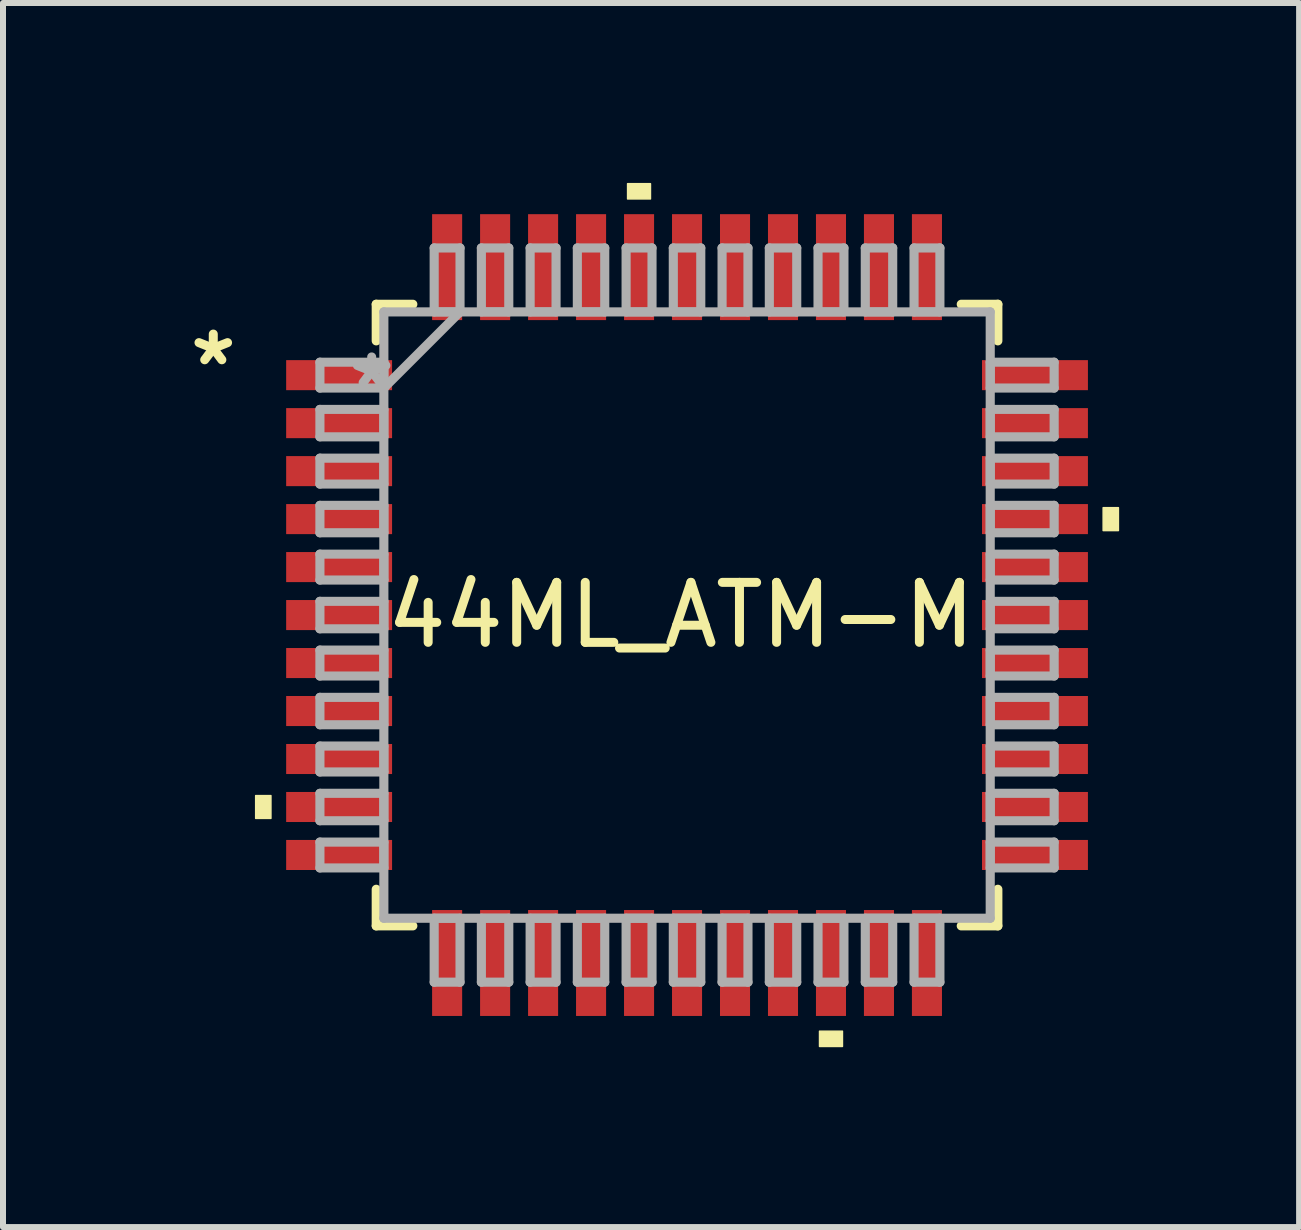
<source format=kicad_pcb>
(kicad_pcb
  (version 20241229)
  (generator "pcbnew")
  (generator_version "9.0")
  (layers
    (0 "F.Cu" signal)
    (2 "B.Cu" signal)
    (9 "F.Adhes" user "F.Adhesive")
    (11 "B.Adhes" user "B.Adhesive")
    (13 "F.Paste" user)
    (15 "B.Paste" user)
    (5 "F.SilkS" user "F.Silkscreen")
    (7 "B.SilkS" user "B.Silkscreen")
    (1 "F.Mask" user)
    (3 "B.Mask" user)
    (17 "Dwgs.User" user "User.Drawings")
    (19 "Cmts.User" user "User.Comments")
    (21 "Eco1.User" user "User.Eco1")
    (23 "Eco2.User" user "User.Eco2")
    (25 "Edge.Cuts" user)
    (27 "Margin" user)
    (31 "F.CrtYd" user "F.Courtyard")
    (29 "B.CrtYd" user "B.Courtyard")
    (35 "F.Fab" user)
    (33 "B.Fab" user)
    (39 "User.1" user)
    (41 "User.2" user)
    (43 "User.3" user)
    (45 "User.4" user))
  (footprint "44ML_ATM-M"
    (layer "F.Cu")
    (at 8.405 7.205)
    (property "Reference" "44ML_ATM-M" (at -0.102 0 0) (layer "F.SilkS") (effects (font (size 1 1) (thickness 0.15))))
    (attr smd)
    (fp_line (start -5.182 -5.182) (end -5.182 -4.572) (stroke (width 0.152) (type solid)) (layer "F.SilkS"))
    (fp_line (start -5.182 4.572) (end -5.182 5.182) (stroke (width 0.152) (type solid)) (layer "F.SilkS"))
    (fp_line (start -5.182 5.182) (end -4.572 5.182) (stroke (width 0.152) (type solid)) (layer "F.SilkS"))
    (fp_line (start -4.572 -5.182) (end -5.182 -5.182) (stroke (width 0.152) (type solid)) (layer "F.SilkS"))
    (fp_line (start 4.572 5.182) (end 5.182 5.182) (stroke (width 0.152) (type solid)) (layer "F.SilkS"))
    (fp_line (start 5.182 -5.182) (end 4.572 -5.182) (stroke (width 0.152) (type solid)) (layer "F.SilkS"))
    (fp_line (start 5.182 -4.572) (end 5.182 -5.182) (stroke (width 0.152) (type solid)) (layer "F.SilkS"))
    (fp_line (start 5.182 5.182) (end 5.182 4.572) (stroke (width 0.152) (type solid)) (layer "F.SilkS"))
    (fp_poly (pts (xy -7.192 3.01) (xy -7.192 3.39) (xy -6.938 3.39) (xy -6.938 3.01)) (stroke (width 0.025) (type solid)) (fill yes) (layer "F.SilkS"))
    (fp_poly (pts (xy -0.991 -6.938) (xy -0.991 -7.192) (xy -0.61 -7.192) (xy -0.61 -6.938)) (stroke (width 0.025) (type solid)) (fill yes) (layer "F.SilkS"))
    (fp_poly (pts (xy 2.209 6.938) (xy 2.209 7.192) (xy 2.591 7.192) (xy 2.591 6.938)) (stroke (width 0.025) (type solid)) (fill yes) (layer "F.SilkS"))
    (fp_poly (pts (xy 7.192 -1.79) (xy 7.192 -1.409) (xy 6.938 -1.409) (xy 6.938 -1.79)) (stroke (width 0.025) (type solid)) (fill yes) (layer "F.SilkS"))
    (fp_line (start -6.121 -4.216) (end -6.121 -3.785) (stroke (width 0.152) (type solid)) (layer "F.Fab"))
    (fp_line (start -6.121 -3.785) (end -5.055 -3.785) (stroke (width 0.152) (type solid)) (layer "F.Fab"))
    (fp_line (start -6.121 -3.429) (end -6.121 -2.972) (stroke (width 0.152) (type solid)) (layer "F.Fab"))
    (fp_line (start -6.121 -2.972) (end -5.055 -2.972) (stroke (width 0.152) (type solid)) (layer "F.Fab"))
    (fp_line (start -6.121 -2.616) (end -6.121 -2.184) (stroke (width 0.152) (type solid)) (layer "F.Fab"))
    (fp_line (start -6.121 -2.184) (end -5.055 -2.184) (stroke (width 0.152) (type solid)) (layer "F.Fab"))
    (fp_line (start -6.121 -1.829) (end -6.121 -1.372) (stroke (width 0.152) (type solid)) (layer "F.Fab"))
    (fp_line (start -6.121 -1.372) (end -5.055 -1.372) (stroke (width 0.152) (type solid)) (layer "F.Fab"))
    (fp_line (start -6.121 -1.016) (end -6.121 -0.584) (stroke (width 0.152) (type solid)) (layer "F.Fab"))
    (fp_line (start -6.121 -0.584) (end -5.055 -0.584) (stroke (width 0.152) (type solid)) (layer "F.Fab"))
    (fp_line (start -6.121 -0.229) (end -6.121 0.229) (stroke (width 0.152) (type solid)) (layer "F.Fab"))
    (fp_line (start -6.121 0.229) (end -5.055 0.229) (stroke (width 0.152) (type solid)) (layer "F.Fab"))
    (fp_line (start -6.121 0.584) (end -6.121 1.016) (stroke (width 0.152) (type solid)) (layer "F.Fab"))
    (fp_line (start -6.121 1.016) (end -5.055 1.016) (stroke (width 0.152) (type solid)) (layer "F.Fab"))
    (fp_line (start -6.121 1.372) (end -6.121 1.829) (stroke (width 0.152) (type solid)) (layer "F.Fab"))
    (fp_line (start -6.121 1.829) (end -5.055 1.829) (stroke (width 0.152) (type solid)) (layer "F.Fab"))
    (fp_line (start -6.121 2.184) (end -6.121 2.616) (stroke (width 0.152) (type solid)) (layer "F.Fab"))
    (fp_line (start -6.121 2.616) (end -5.055 2.616) (stroke (width 0.152) (type solid)) (layer "F.Fab"))
    (fp_line (start -6.121 2.972) (end -6.121 3.429) (stroke (width 0.152) (type solid)) (layer "F.Fab"))
    (fp_line (start -6.121 3.429) (end -5.055 3.429) (stroke (width 0.152) (type solid)) (layer "F.Fab"))
    (fp_line (start -6.121 3.785) (end -6.121 4.216) (stroke (width 0.152) (type solid)) (layer "F.Fab"))
    (fp_line (start -6.121 4.216) (end -5.055 4.216) (stroke (width 0.152) (type solid)) (layer "F.Fab"))
    (fp_line (start -5.055 -5.055) (end -5.055 5.055) (stroke (width 0.152) (type solid)) (layer "F.Fab"))
    (fp_line (start -5.055 -4.216) (end -6.121 -4.216) (stroke (width 0.152) (type solid)) (layer "F.Fab"))
    (fp_line (start -5.055 -3.785) (end -5.055 -4.216) (stroke (width 0.152) (type solid)) (layer "F.Fab"))
    (fp_line (start -5.055 -3.785) (end -3.785 -5.055) (stroke (width 0.152) (type solid)) (layer "F.Fab"))
    (fp_line (start -5.055 -3.429) (end -6.121 -3.429) (stroke (width 0.152) (type solid)) (layer "F.Fab"))
    (fp_line (start -5.055 -2.972) (end -5.055 -3.429) (stroke (width 0.152) (type solid)) (layer "F.Fab"))
    (fp_line (start -5.055 -2.616) (end -6.121 -2.616) (stroke (width 0.152) (type solid)) (layer "F.Fab"))
    (fp_line (start -5.055 -2.184) (end -5.055 -2.616) (stroke (width 0.152) (type solid)) (layer "F.Fab"))
    (fp_line (start -5.055 -1.829) (end -6.121 -1.829) (stroke (width 0.152) (type solid)) (layer "F.Fab"))
    (fp_line (start -5.055 -1.372) (end -5.055 -1.829) (stroke (width 0.152) (type solid)) (layer "F.Fab"))
    (fp_line (start -5.055 -1.016) (end -6.121 -1.016) (stroke (width 0.152) (type solid)) (layer "F.Fab"))
    (fp_line (start -5.055 -0.584) (end -5.055 -1.016) (stroke (width 0.152) (type solid)) (layer "F.Fab"))
    (fp_line (start -5.055 -0.229) (end -6.121 -0.229) (stroke (width 0.152) (type solid)) (layer "F.Fab"))
    (fp_line (start -5.055 0.229) (end -5.055 -0.229) (stroke (width 0.152) (type solid)) (layer "F.Fab"))
    (fp_line (start -5.055 0.584) (end -6.121 0.584) (stroke (width 0.152) (type solid)) (layer "F.Fab"))
    (fp_line (start -5.055 1.016) (end -5.055 0.584) (stroke (width 0.152) (type solid)) (layer "F.Fab"))
    (fp_line (start -5.055 1.372) (end -6.121 1.372) (stroke (width 0.152) (type solid)) (layer "F.Fab"))
    (fp_line (start -5.055 1.829) (end -5.055 1.372) (stroke (width 0.152) (type solid)) (layer "F.Fab"))
    (fp_line (start -5.055 2.184) (end -6.121 2.184) (stroke (width 0.152) (type solid)) (layer "F.Fab"))
    (fp_line (start -5.055 2.616) (end -5.055 2.184) (stroke (width 0.152) (type solid)) (layer "F.Fab"))
    (fp_line (start -5.055 2.972) (end -6.121 2.972) (stroke (width 0.152) (type solid)) (layer "F.Fab"))
    (fp_line (start -5.055 3.429) (end -5.055 2.972) (stroke (width 0.152) (type solid)) (layer "F.Fab"))
    (fp_line (start -5.055 3.785) (end -6.121 3.785) (stroke (width 0.152) (type solid)) (layer "F.Fab"))
    (fp_line (start -5.055 4.216) (end -5.055 3.785) (stroke (width 0.152) (type solid)) (layer "F.Fab"))
    (fp_line (start -5.055 5.055) (end 5.055 5.055) (stroke (width 0.152) (type solid)) (layer "F.Fab"))
    (fp_line (start -4.216 -6.121) (end -4.216 -5.055) (stroke (width 0.152) (type solid)) (layer "F.Fab"))
    (fp_line (start -4.216 -5.055) (end -3.785 -5.055) (stroke (width 0.152) (type solid)) (layer "F.Fab"))
    (fp_line (start -4.216 5.055) (end -4.216 6.121) (stroke (width 0.152) (type solid)) (layer "F.Fab"))
    (fp_line (start -4.216 6.121) (end -3.785 6.121) (stroke (width 0.152) (type solid)) (layer "F.Fab"))
    (fp_line (start -3.785 -6.121) (end -4.216 -6.121) (stroke (width 0.152) (type solid)) (layer "F.Fab"))
    (fp_line (start -3.785 -5.055) (end -3.785 -6.121) (stroke (width 0.152) (type solid)) (layer "F.Fab"))
    (fp_line (start -3.785 5.055) (end -4.216 5.055) (stroke (width 0.152) (type solid)) (layer "F.Fab"))
    (fp_line (start -3.785 6.121) (end -3.785 5.055) (stroke (width 0.152) (type solid)) (layer "F.Fab"))
    (fp_line (start -3.429 -6.121) (end -3.429 -5.055) (stroke (width 0.152) (type solid)) (layer "F.Fab"))
    (fp_line (start -3.429 -5.055) (end -2.972 -5.055) (stroke (width 0.152) (type solid)) (layer "F.Fab"))
    (fp_line (start -3.429 5.055) (end -3.429 6.121) (stroke (width 0.152) (type solid)) (layer "F.Fab"))
    (fp_line (start -3.429 6.121) (end -2.972 6.121) (stroke (width 0.152) (type solid)) (layer "F.Fab"))
    (fp_line (start -2.972 -6.121) (end -3.429 -6.121) (stroke (width 0.152) (type solid)) (layer "F.Fab"))
    (fp_line (start -2.972 -5.055) (end -2.972 -6.121) (stroke (width 0.152) (type solid)) (layer "F.Fab"))
    (fp_line (start -2.972 5.055) (end -3.429 5.055) (stroke (width 0.152) (type solid)) (layer "F.Fab"))
    (fp_line (start -2.972 6.121) (end -2.972 5.055) (stroke (width 0.152) (type solid)) (layer "F.Fab"))
    (fp_line (start -2.616 -6.121) (end -2.616 -5.055) (stroke (width 0.152) (type solid)) (layer "F.Fab"))
    (fp_line (start -2.616 -5.055) (end -2.184 -5.055) (stroke (width 0.152) (type solid)) (layer "F.Fab"))
    (fp_line (start -2.616 5.055) (end -2.616 6.121) (stroke (width 0.152) (type solid)) (layer "F.Fab"))
    (fp_line (start -2.616 6.121) (end -2.184 6.121) (stroke (width 0.152) (type solid)) (layer "F.Fab"))
    (fp_line (start -2.184 -6.121) (end -2.616 -6.121) (stroke (width 0.152) (type solid)) (layer "F.Fab"))
    (fp_line (start -2.184 -5.055) (end -2.184 -6.121) (stroke (width 0.152) (type solid)) (layer "F.Fab"))
    (fp_line (start -2.184 5.055) (end -2.616 5.055) (stroke (width 0.152) (type solid)) (layer "F.Fab"))
    (fp_line (start -2.184 6.121) (end -2.184 5.055) (stroke (width 0.152) (type solid)) (layer "F.Fab"))
    (fp_line (start -1.829 -6.121) (end -1.829 -5.055) (stroke (width 0.152) (type solid)) (layer "F.Fab"))
    (fp_line (start -1.829 -5.055) (end -1.372 -5.055) (stroke (width 0.152) (type solid)) (layer "F.Fab"))
    (fp_line (start -1.829 5.055) (end -1.829 6.121) (stroke (width 0.152) (type solid)) (layer "F.Fab"))
    (fp_line (start -1.829 6.121) (end -1.372 6.121) (stroke (width 0.152) (type solid)) (layer "F.Fab"))
    (fp_line (start -1.372 -6.121) (end -1.829 -6.121) (stroke (width 0.152) (type solid)) (layer "F.Fab"))
    (fp_line (start -1.372 -5.055) (end -1.372 -6.121) (stroke (width 0.152) (type solid)) (layer "F.Fab"))
    (fp_line (start -1.372 5.055) (end -1.829 5.055) (stroke (width 0.152) (type solid)) (layer "F.Fab"))
    (fp_line (start -1.372 6.121) (end -1.372 5.055) (stroke (width 0.152) (type solid)) (layer "F.Fab"))
    (fp_line (start -1.016 -6.121) (end -1.016 -5.055) (stroke (width 0.152) (type solid)) (layer "F.Fab"))
    (fp_line (start -1.016 -5.055) (end -0.584 -5.055) (stroke (width 0.152) (type solid)) (layer "F.Fab"))
    (fp_line (start -1.016 5.055) (end -1.016 6.121) (stroke (width 0.152) (type solid)) (layer "F.Fab"))
    (fp_line (start -1.016 6.121) (end -0.584 6.121) (stroke (width 0.152) (type solid)) (layer "F.Fab"))
    (fp_line (start -0.584 -6.121) (end -1.016 -6.121) (stroke (width 0.152) (type solid)) (layer "F.Fab"))
    (fp_line (start -0.584 -5.055) (end -0.584 -6.121) (stroke (width 0.152) (type solid)) (layer "F.Fab"))
    (fp_line (start -0.584 5.055) (end -1.016 5.055) (stroke (width 0.152) (type solid)) (layer "F.Fab"))
    (fp_line (start -0.584 6.121) (end -0.584 5.055) (stroke (width 0.152) (type solid)) (layer "F.Fab"))
    (fp_line (start -0.229 -6.121) (end -0.229 -5.055) (stroke (width 0.152) (type solid)) (layer "F.Fab"))
    (fp_line (start -0.229 -5.055) (end 0.229 -5.055) (stroke (width 0.152) (type solid)) (layer "F.Fab"))
    (fp_line (start -0.229 5.055) (end -0.229 6.121) (stroke (width 0.152) (type solid)) (layer "F.Fab"))
    (fp_line (start -0.229 6.121) (end 0.229 6.121) (stroke (width 0.152) (type solid)) (layer "F.Fab"))
    (fp_line (start 0.229 -6.121) (end -0.229 -6.121) (stroke (width 0.152) (type solid)) (layer "F.Fab"))
    (fp_line (start 0.229 -5.055) (end 0.229 -6.121) (stroke (width 0.152) (type solid)) (layer "F.Fab"))
    (fp_line (start 0.229 5.055) (end -0.229 5.055) (stroke (width 0.152) (type solid)) (layer "F.Fab"))
    (fp_line (start 0.229 6.121) (end 0.229 5.055) (stroke (width 0.152) (type solid)) (layer "F.Fab"))
    (fp_line (start 0.584 -6.121) (end 0.584 -5.055) (stroke (width 0.152) (type solid)) (layer "F.Fab"))
    (fp_line (start 0.584 -5.055) (end 1.016 -5.055) (stroke (width 0.152) (type solid)) (layer "F.Fab"))
    (fp_line (start 0.584 5.055) (end 0.584 6.121) (stroke (width 0.152) (type solid)) (layer "F.Fab"))
    (fp_line (start 0.584 6.121) (end 1.016 6.121) (stroke (width 0.152) (type solid)) (layer "F.Fab"))
    (fp_line (start 1.016 -6.121) (end 0.584 -6.121) (stroke (width 0.152) (type solid)) (layer "F.Fab"))
    (fp_line (start 1.016 -5.055) (end 1.016 -6.121) (stroke (width 0.152) (type solid)) (layer "F.Fab"))
    (fp_line (start 1.016 5.055) (end 0.584 5.055) (stroke (width 0.152) (type solid)) (layer "F.Fab"))
    (fp_line (start 1.016 6.121) (end 1.016 5.055) (stroke (width 0.152) (type solid)) (layer "F.Fab"))
    (fp_line (start 1.372 -6.121) (end 1.372 -5.055) (stroke (width 0.152) (type solid)) (layer "F.Fab"))
    (fp_line (start 1.372 -5.055) (end 1.829 -5.055) (stroke (width 0.152) (type solid)) (layer "F.Fab"))
    (fp_line (start 1.372 5.055) (end 1.372 6.121) (stroke (width 0.152) (type solid)) (layer "F.Fab"))
    (fp_line (start 1.372 6.121) (end 1.829 6.121) (stroke (width 0.152) (type solid)) (layer "F.Fab"))
    (fp_line (start 1.829 -6.121) (end 1.372 -6.121) (stroke (width 0.152) (type solid)) (layer "F.Fab"))
    (fp_line (start 1.829 -5.055) (end 1.829 -6.121) (stroke (width 0.152) (type solid)) (layer "F.Fab"))
    (fp_line (start 1.829 5.055) (end 1.372 5.055) (stroke (width 0.152) (type solid)) (layer "F.Fab"))
    (fp_line (start 1.829 6.121) (end 1.829 5.055) (stroke (width 0.152) (type solid)) (layer "F.Fab"))
    (fp_line (start 2.184 -6.121) (end 2.184 -5.055) (stroke (width 0.152) (type solid)) (layer "F.Fab"))
    (fp_line (start 2.184 -5.055) (end 2.616 -5.055) (stroke (width 0.152) (type solid)) (layer "F.Fab"))
    (fp_line (start 2.184 5.055) (end 2.184 6.121) (stroke (width 0.152) (type solid)) (layer "F.Fab"))
    (fp_line (start 2.184 6.121) (end 2.616 6.121) (stroke (width 0.152) (type solid)) (layer "F.Fab"))
    (fp_line (start 2.616 -6.121) (end 2.184 -6.121) (stroke (width 0.152) (type solid)) (layer "F.Fab"))
    (fp_line (start 2.616 -5.055) (end 2.616 -6.121) (stroke (width 0.152) (type solid)) (layer "F.Fab"))
    (fp_line (start 2.616 5.055) (end 2.184 5.055) (stroke (width 0.152) (type solid)) (layer "F.Fab"))
    (fp_line (start 2.616 6.121) (end 2.616 5.055) (stroke (width 0.152) (type solid)) (layer "F.Fab"))
    (fp_line (start 2.972 -6.121) (end 2.972 -5.055) (stroke (width 0.152) (type solid)) (layer "F.Fab"))
    (fp_line (start 2.972 -5.055) (end 3.429 -5.055) (stroke (width 0.152) (type solid)) (layer "F.Fab"))
    (fp_line (start 2.972 5.055) (end 2.972 6.121) (stroke (width 0.152) (type solid)) (layer "F.Fab"))
    (fp_line (start 2.972 6.121) (end 3.429 6.121) (stroke (width 0.152) (type solid)) (layer "F.Fab"))
    (fp_line (start 3.429 -6.121) (end 2.972 -6.121) (stroke (width 0.152) (type solid)) (layer "F.Fab"))
    (fp_line (start 3.429 -5.055) (end 3.429 -6.121) (stroke (width 0.152) (type solid)) (layer "F.Fab"))
    (fp_line (start 3.429 5.055) (end 2.972 5.055) (stroke (width 0.152) (type solid)) (layer "F.Fab"))
    (fp_line (start 3.429 6.121) (end 3.429 5.055) (stroke (width 0.152) (type solid)) (layer "F.Fab"))
    (fp_line (start 3.785 -6.121) (end 3.785 -5.055) (stroke (width 0.152) (type solid)) (layer "F.Fab"))
    (fp_line (start 3.785 -5.055) (end 4.216 -5.055) (stroke (width 0.152) (type solid)) (layer "F.Fab"))
    (fp_line (start 3.785 5.055) (end 3.785 6.121) (stroke (width 0.152) (type solid)) (layer "F.Fab"))
    (fp_line (start 3.785 6.121) (end 4.216 6.121) (stroke (width 0.152) (type solid)) (layer "F.Fab"))
    (fp_line (start 4.216 -6.121) (end 3.785 -6.121) (stroke (width 0.152) (type solid)) (layer "F.Fab"))
    (fp_line (start 4.216 -5.055) (end 4.216 -6.121) (stroke (width 0.152) (type solid)) (layer "F.Fab"))
    (fp_line (start 4.216 5.055) (end 3.785 5.055) (stroke (width 0.152) (type solid)) (layer "F.Fab"))
    (fp_line (start 4.216 6.121) (end 4.216 5.055) (stroke (width 0.152) (type solid)) (layer "F.Fab"))
    (fp_line (start 5.055 -5.055) (end -5.055 -5.055) (stroke (width 0.152) (type solid)) (layer "F.Fab"))
    (fp_line (start 5.055 -4.216) (end 5.055 -3.785) (stroke (width 0.152) (type solid)) (layer "F.Fab"))
    (fp_line (start 5.055 -3.785) (end 6.121 -3.785) (stroke (width 0.152) (type solid)) (layer "F.Fab"))
    (fp_line (start 5.055 -3.429) (end 5.055 -2.972) (stroke (width 0.152) (type solid)) (layer "F.Fab"))
    (fp_line (start 5.055 -2.972) (end 6.121 -2.972) (stroke (width 0.152) (type solid)) (layer "F.Fab"))
    (fp_line (start 5.055 -2.616) (end 5.055 -2.184) (stroke (width 0.152) (type solid)) (layer "F.Fab"))
    (fp_line (start 5.055 -2.184) (end 6.121 -2.184) (stroke (width 0.152) (type solid)) (layer "F.Fab"))
    (fp_line (start 5.055 -1.829) (end 5.055 -1.372) (stroke (width 0.152) (type solid)) (layer "F.Fab"))
    (fp_line (start 5.055 -1.372) (end 6.121 -1.372) (stroke (width 0.152) (type solid)) (layer "F.Fab"))
    (fp_line (start 5.055 -1.016) (end 5.055 -0.584) (stroke (width 0.152) (type solid)) (layer "F.Fab"))
    (fp_line (start 5.055 -0.584) (end 6.121 -0.584) (stroke (width 0.152) (type solid)) (layer "F.Fab"))
    (fp_line (start 5.055 -0.229) (end 5.055 0.229) (stroke (width 0.152) (type solid)) (layer "F.Fab"))
    (fp_line (start 5.055 0.229) (end 6.121 0.229) (stroke (width 0.152) (type solid)) (layer "F.Fab"))
    (fp_line (start 5.055 0.584) (end 5.055 1.016) (stroke (width 0.152) (type solid)) (layer "F.Fab"))
    (fp_line (start 5.055 1.016) (end 6.121 1.016) (stroke (width 0.152) (type solid)) (layer "F.Fab"))
    (fp_line (start 5.055 1.372) (end 5.055 1.829) (stroke (width 0.152) (type solid)) (layer "F.Fab"))
    (fp_line (start 5.055 1.829) (end 6.121 1.829) (stroke (width 0.152) (type solid)) (layer "F.Fab"))
    (fp_line (start 5.055 2.184) (end 5.055 2.616) (stroke (width 0.152) (type solid)) (layer "F.Fab"))
    (fp_line (start 5.055 2.616) (end 6.121 2.616) (stroke (width 0.152) (type solid)) (layer "F.Fab"))
    (fp_line (start 5.055 2.972) (end 5.055 3.429) (stroke (width 0.152) (type solid)) (layer "F.Fab"))
    (fp_line (start 5.055 3.429) (end 6.121 3.429) (stroke (width 0.152) (type solid)) (layer "F.Fab"))
    (fp_line (start 5.055 3.785) (end 5.055 4.216) (stroke (width 0.152) (type solid)) (layer "F.Fab"))
    (fp_line (start 5.055 4.216) (end 6.121 4.216) (stroke (width 0.152) (type solid)) (layer "F.Fab"))
    (fp_line (start 5.055 5.055) (end 5.055 -5.055) (stroke (width 0.152) (type solid)) (layer "F.Fab"))
    (fp_line (start 6.121 -4.216) (end 5.055 -4.216) (stroke (width 0.152) (type solid)) (layer "F.Fab"))
    (fp_line (start 6.121 -3.785) (end 6.121 -4.216) (stroke (width 0.152) (type solid)) (layer "F.Fab"))
    (fp_line (start 6.121 -3.429) (end 5.055 -3.429) (stroke (width 0.152) (type solid)) (layer "F.Fab"))
    (fp_line (start 6.121 -2.972) (end 6.121 -3.429) (stroke (width 0.152) (type solid)) (layer "F.Fab"))
    (fp_line (start 6.121 -2.616) (end 5.055 -2.616) (stroke (width 0.152) (type solid)) (layer "F.Fab"))
    (fp_line (start 6.121 -2.184) (end 6.121 -2.616) (stroke (width 0.152) (type solid)) (layer "F.Fab"))
    (fp_line (start 6.121 -1.829) (end 5.055 -1.829) (stroke (width 0.152) (type solid)) (layer "F.Fab"))
    (fp_line (start 6.121 -1.372) (end 6.121 -1.829) (stroke (width 0.152) (type solid)) (layer "F.Fab"))
    (fp_line (start 6.121 -1.016) (end 5.055 -1.016) (stroke (width 0.152) (type solid)) (layer "F.Fab"))
    (fp_line (start 6.121 -0.584) (end 6.121 -1.016) (stroke (width 0.152) (type solid)) (layer "F.Fab"))
    (fp_line (start 6.121 -0.229) (end 5.055 -0.229) (stroke (width 0.152) (type solid)) (layer "F.Fab"))
    (fp_line (start 6.121 0.229) (end 6.121 -0.229) (stroke (width 0.152) (type solid)) (layer "F.Fab"))
    (fp_line (start 6.121 0.584) (end 5.055 0.584) (stroke (width 0.152) (type solid)) (layer "F.Fab"))
    (fp_line (start 6.121 1.016) (end 6.121 0.584) (stroke (width 0.152) (type solid)) (layer "F.Fab"))
    (fp_line (start 6.121 1.372) (end 5.055 1.372) (stroke (width 0.152) (type solid)) (layer "F.Fab"))
    (fp_line (start 6.121 1.829) (end 6.121 1.372) (stroke (width 0.152) (type solid)) (layer "F.Fab"))
    (fp_line (start 6.121 2.184) (end 5.055 2.184) (stroke (width 0.152) (type solid)) (layer "F.Fab"))
    (fp_line (start 6.121 2.616) (end 6.121 2.184) (stroke (width 0.152) (type solid)) (layer "F.Fab"))
    (fp_line (start 6.121 2.972) (end 5.055 2.972) (stroke (width 0.152) (type solid)) (layer "F.Fab"))
    (fp_line (start 6.121 3.429) (end 6.121 2.972) (stroke (width 0.152) (type solid)) (layer "F.Fab"))
    (fp_line (start 6.121 3.785) (end 5.055 3.785) (stroke (width 0.152) (type solid)) (layer "F.Fab"))
    (fp_line (start 6.121 4.216) (end 6.121 3.785) (stroke (width 0.152) (type solid)) (layer "F.Fab"))
    (fp_text user "*" (at -7.899 -4.14 0) (layer "F.SilkS") (effects (font (size 1 1) (thickness 0.15))))
    (fp_text user "*" (at -5.258 -3.759 0) (layer "F.Fab") (effects (font (size 1 1) (thickness 0.15))))
    (pad "1" smd rect (at -5.801 -4 270) (size 0.501 1.766) (layers "F.Cu" "F.Mask" "F.Paste"))
    (pad "2" smd rect (at -5.801 -3.2 270) (size 0.501 1.766) (layers "F.Cu" "F.Mask" "F.Paste"))
    (pad "3" smd rect (at -5.801 -2.4 270) (size 0.501 1.766) (layers "F.Cu" "F.Mask" "F.Paste"))
    (pad "4" smd rect (at -5.801 -1.6 270) (size 0.501 1.766) (layers "F.Cu" "F.Mask" "F.Paste"))
    (pad "5" smd rect (at -5.801 -0.8 270) (size 0.501 1.766) (layers "F.Cu" "F.Mask" "F.Paste"))
    (pad "6" smd rect (at -5.801 0 270) (size 0.501 1.766) (layers "F.Cu" "F.Mask" "F.Paste"))
    (pad "7" smd rect (at -5.801 0.8 270) (size 0.501 1.766) (layers "F.Cu" "F.Mask" "F.Paste"))
    (pad "8" smd rect (at -5.801 1.6 270) (size 0.501 1.766) (layers "F.Cu" "F.Mask" "F.Paste"))
    (pad "9" smd rect (at -5.801 2.4 270) (size 0.501 1.766) (layers "F.Cu" "F.Mask" "F.Paste"))
    (pad "10" smd rect (at -5.801 3.2 270) (size 0.501 1.766) (layers "F.Cu" "F.Mask" "F.Paste"))
    (pad "11" smd rect (at -5.801 4 270) (size 0.501 1.766) (layers "F.Cu" "F.Mask" "F.Paste"))
    (pad "12" smd rect (at -4 5.801 180) (size 0.501 1.766) (layers "F.Cu" "F.Mask" "F.Paste"))
    (pad "13" smd rect (at -3.2 5.801 180) (size 0.501 1.766) (layers "F.Cu" "F.Mask" "F.Paste"))
    (pad "14" smd rect (at -2.4 5.801 180) (size 0.501 1.766) (layers "F.Cu" "F.Mask" "F.Paste"))
    (pad "15" smd rect (at -1.6 5.801 180) (size 0.501 1.766) (layers "F.Cu" "F.Mask" "F.Paste"))
    (pad "16" smd rect (at -0.8 5.801 180) (size 0.501 1.766) (layers "F.Cu" "F.Mask" "F.Paste"))
    (pad "17" smd rect (at 0 5.801 180) (size 0.501 1.766) (layers "F.Cu" "F.Mask" "F.Paste"))
    (pad "18" smd rect (at 0.8 5.801 180) (size 0.501 1.766) (layers "F.Cu" "F.Mask" "F.Paste"))
    (pad "19" smd rect (at 1.6 5.801 180) (size 0.501 1.766) (layers "F.Cu" "F.Mask" "F.Paste"))
    (pad "20" smd rect (at 2.4 5.801 180) (size 0.501 1.766) (layers "F.Cu" "F.Mask" "F.Paste"))
    (pad "21" smd rect (at 3.2 5.801 180) (size 0.501 1.766) (layers "F.Cu" "F.Mask" "F.Paste"))
    (pad "22" smd rect (at 4 5.801 180) (size 0.501 1.766) (layers "F.Cu" "F.Mask" "F.Paste"))
    (pad "23" smd rect (at 5.801 4 270) (size 0.501 1.766) (layers "F.Cu" "F.Mask" "F.Paste"))
    (pad "24" smd rect (at 5.801 3.2 270) (size 0.501 1.766) (layers "F.Cu" "F.Mask" "F.Paste"))
    (pad "25" smd rect (at 5.801 2.4 270) (size 0.501 1.766) (layers "F.Cu" "F.Mask" "F.Paste"))
    (pad "26" smd rect (at 5.801 1.6 270) (size 0.501 1.766) (layers "F.Cu" "F.Mask" "F.Paste"))
    (pad "27" smd rect (at 5.801 0.8 270) (size 0.501 1.766) (layers "F.Cu" "F.Mask" "F.Paste"))
    (pad "28" smd rect (at 5.801 0 270) (size 0.501 1.766) (layers "F.Cu" "F.Mask" "F.Paste"))
    (pad "29" smd rect (at 5.801 -0.8 270) (size 0.501 1.766) (layers "F.Cu" "F.Mask" "F.Paste"))
    (pad "30" smd rect (at 5.801 -1.6 270) (size 0.501 1.766) (layers "F.Cu" "F.Mask" "F.Paste"))
    (pad "31" smd rect (at 5.801 -2.4 270) (size 0.501 1.766) (layers "F.Cu" "F.Mask" "F.Paste"))
    (pad "32" smd rect (at 5.801 -3.2 270) (size 0.501 1.766) (layers "F.Cu" "F.Mask" "F.Paste"))
    (pad "33" smd rect (at 5.801 -4 270) (size 0.501 1.766) (layers "F.Cu" "F.Mask" "F.Paste"))
    (pad "34" smd rect (at 4 -5.801 180) (size 0.501 1.766) (layers "F.Cu" "F.Mask" "F.Paste"))
    (pad "35" smd rect (at 3.2 -5.801 180) (size 0.501 1.766) (layers "F.Cu" "F.Mask" "F.Paste"))
    (pad "36" smd rect (at 2.4 -5.801 180) (size 0.501 1.766) (layers "F.Cu" "F.Mask" "F.Paste"))
    (pad "37" smd rect (at 1.6 -5.801 180) (size 0.501 1.766) (layers "F.Cu" "F.Mask" "F.Paste"))
    (pad "38" smd rect (at 0.8 -5.801 180) (size 0.501 1.766) (layers "F.Cu" "F.Mask" "F.Paste"))
    (pad "39" smd rect (at 0 -5.801 180) (size 0.501 1.766) (layers "F.Cu" "F.Mask" "F.Paste"))
    (pad "40" smd rect (at -0.8 -5.801 180) (size 0.501 1.766) (layers "F.Cu" "F.Mask" "F.Paste"))
    (pad "41" smd rect (at -1.6 -5.801 180) (size 0.501 1.766) (layers "F.Cu" "F.Mask" "F.Paste"))
    (pad "42" smd rect (at -2.4 -5.801 180) (size 0.501 1.766) (layers "F.Cu" "F.Mask" "F.Paste"))
    (pad "43" smd rect (at -3.2 -5.801 180) (size 0.501 1.766) (layers "F.Cu" "F.Mask" "F.Paste"))
    (pad "44" smd rect (at -4 -5.801 180) (size 0.501 1.766) (layers "F.Cu" "F.Mask" "F.Paste")))
  (gr_rect
    (start -3 -3)
    (end 18.61 17.409)
    (stroke (width 0.1) (type default))
    (fill no)
    (layer "Edge.Cuts")))
</source>
